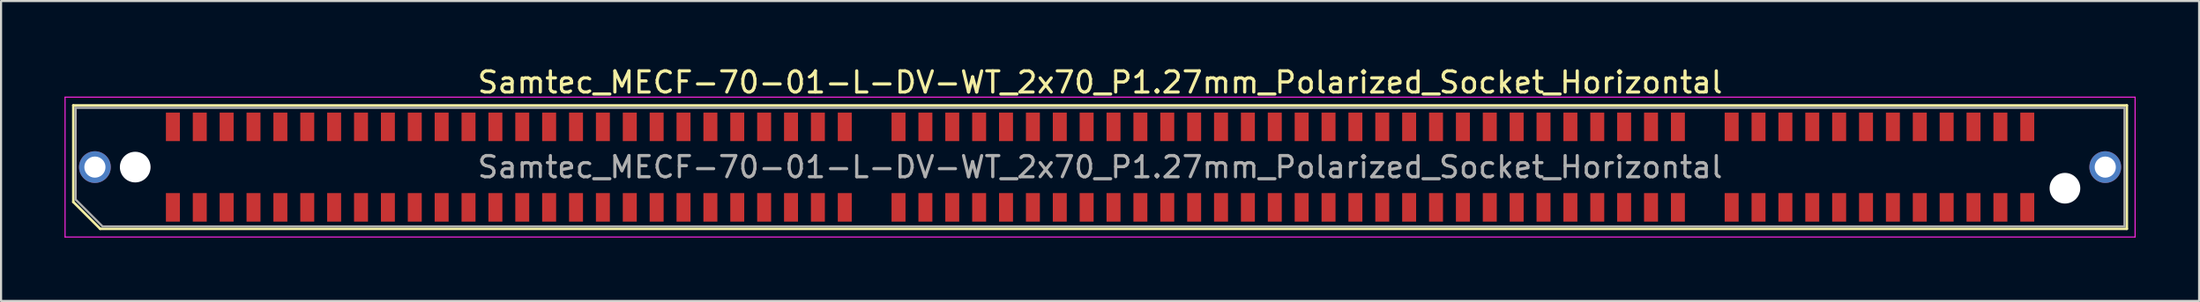
<source format=kicad_pcb>
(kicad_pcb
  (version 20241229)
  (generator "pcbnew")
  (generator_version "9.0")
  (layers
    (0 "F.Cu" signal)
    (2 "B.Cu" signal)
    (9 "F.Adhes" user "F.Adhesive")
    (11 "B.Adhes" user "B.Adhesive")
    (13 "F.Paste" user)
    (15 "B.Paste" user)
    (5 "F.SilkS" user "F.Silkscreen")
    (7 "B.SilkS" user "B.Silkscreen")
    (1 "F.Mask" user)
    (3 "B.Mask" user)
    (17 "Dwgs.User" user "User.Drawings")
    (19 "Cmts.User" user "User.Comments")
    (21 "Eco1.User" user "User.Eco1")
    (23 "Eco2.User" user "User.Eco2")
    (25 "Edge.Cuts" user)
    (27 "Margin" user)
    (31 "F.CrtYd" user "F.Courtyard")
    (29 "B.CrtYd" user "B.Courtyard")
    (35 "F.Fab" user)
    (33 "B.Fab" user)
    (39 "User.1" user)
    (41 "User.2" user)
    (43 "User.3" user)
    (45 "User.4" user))
  (footprint "Samtec_MECF-70-01-L-DV-WT_2x70_P1.27mm_Polarized_Socket_Horizontal"
    (layer "F.Cu")
    (at 48.935 4.858)
    (property "Reference" "Samtec_MECF-70-01-L-DV-WT_2x70_P1.27mm_Polarized_Socket_Horizontal" (at 0 -4.01 0) (layer "F.SilkS") (effects (font (size 1 1) (thickness 0.15))))
    (attr smd)
    (fp_line (start -48.52 -2.92) (end 48.52 -2.92) (stroke (width 0.12) (type solid)) (layer "F.SilkS"))
    (fp_line (start -48.52 1.65) (end -48.52 -2.92) (stroke (width 0.12) (type solid)) (layer "F.SilkS"))
    (fp_line (start -47.25 2.92) (end -48.52 1.65) (stroke (width 0.12) (type solid)) (layer "F.SilkS"))
    (fp_line (start -47.25 2.92) (end 48.52 2.92) (stroke (width 0.12) (type solid)) (layer "F.SilkS"))
    (fp_line (start 48.52 2.92) (end 48.52 -2.92) (stroke (width 0.12) (type solid)) (layer "F.SilkS"))
    (fp_line (start -48.91 -3.31) (end -48.91 3.31) (stroke (width 0.05) (type solid)) (layer "F.CrtYd"))
    (fp_line (start -48.91 3.31) (end 48.91 3.31) (stroke (width 0.05) (type solid)) (layer "F.CrtYd"))
    (fp_line (start 48.91 -3.31) (end -48.91 -3.31) (stroke (width 0.05) (type solid)) (layer "F.CrtYd"))
    (fp_line (start 48.91 3.31) (end 48.91 -3.31) (stroke (width 0.05) (type solid)) (layer "F.CrtYd"))
    (fp_line (start -48.41 -2.805) (end 48.41 -2.805) (stroke (width 0.1) (type solid)) (layer "F.Fab"))
    (fp_line (start -48.41 1.535) (end -48.41 -2.805) (stroke (width 0.1) (type solid)) (layer "F.Fab"))
    (fp_line (start -48.41 1.535) (end -47.14 2.805) (stroke (width 0.1) (type solid)) (layer "F.Fab"))
    (fp_line (start -47.14 2.805) (end 48.41 2.805) (stroke (width 0.1) (type solid)) (layer "F.Fab"))
    (fp_line (start 48.41 2.805) (end 48.41 -2.805) (stroke (width 0.1) (type solid)) (layer "F.Fab"))
    (fp_text user "${REFERENCE}" (at 0 0 0) (layer "F.Fab") (effects (font (size 1 1) (thickness 0.15))))
    (pad "" thru_hole circle (at -47.5 0) (size 1.5 1.5) (drill 1) (layers "*.Cu" "*.Mask"))
    (pad "" np_thru_hole circle (at -45.595 0) (size 1.45 1.45) (drill 1.45) (layers "*.Cu" "*.Mask"))
    (pad "" np_thru_hole circle (at 45.595 1) (size 1.45 1.45) (drill 1.45) (layers "*.Cu" "*.Mask"))
    (pad "" thru_hole circle (at 47.5 0) (size 1.5 1.5) (drill 1) (layers "*.Cu" "*.Mask"))
    (pad "1" smd rect (at -43.815 1.905) (size 0.66 1.35) (layers "F.Cu" "F.Mask" "F.Paste"))
    (pad "2" smd rect (at -43.815 -1.905) (size 0.66 1.35) (layers "F.Cu" "F.Mask" "F.Paste"))
    (pad "3" smd rect (at -42.545 1.905) (size 0.66 1.35) (layers "F.Cu" "F.Mask" "F.Paste"))
    (pad "4" smd rect (at -42.545 -1.905) (size 0.66 1.35) (layers "F.Cu" "F.Mask" "F.Paste"))
    (pad "5" smd rect (at -41.275 1.905) (size 0.66 1.35) (layers "F.Cu" "F.Mask" "F.Paste"))
    (pad "6" smd rect (at -41.275 -1.905) (size 0.66 1.35) (layers "F.Cu" "F.Mask" "F.Paste"))
    (pad "7" smd rect (at -40.005 1.905) (size 0.66 1.35) (layers "F.Cu" "F.Mask" "F.Paste"))
    (pad "8" smd rect (at -40.005 -1.905) (size 0.66 1.35) (layers "F.Cu" "F.Mask" "F.Paste"))
    (pad "9" smd rect (at -38.735 1.905) (size 0.66 1.35) (layers "F.Cu" "F.Mask" "F.Paste"))
    (pad "10" smd rect (at -38.735 -1.905) (size 0.66 1.35) (layers "F.Cu" "F.Mask" "F.Paste"))
    (pad "11" smd rect (at -37.465 1.905) (size 0.66 1.35) (layers "F.Cu" "F.Mask" "F.Paste"))
    (pad "12" smd rect (at -37.465 -1.905) (size 0.66 1.35) (layers "F.Cu" "F.Mask" "F.Paste"))
    (pad "13" smd rect (at -36.195 1.905) (size 0.66 1.35) (layers "F.Cu" "F.Mask" "F.Paste"))
    (pad "14" smd rect (at -36.195 -1.905) (size 0.66 1.35) (layers "F.Cu" "F.Mask" "F.Paste"))
    (pad "15" smd rect (at -34.925 1.905) (size 0.66 1.35) (layers "F.Cu" "F.Mask" "F.Paste"))
    (pad "16" smd rect (at -34.925 -1.905) (size 0.66 1.35) (layers "F.Cu" "F.Mask" "F.Paste"))
    (pad "17" smd rect (at -33.655 1.905) (size 0.66 1.35) (layers "F.Cu" "F.Mask" "F.Paste"))
    (pad "18" smd rect (at -33.655 -1.905) (size 0.66 1.35) (layers "F.Cu" "F.Mask" "F.Paste"))
    (pad "19" smd rect (at -32.385 1.905) (size 0.66 1.35) (layers "F.Cu" "F.Mask" "F.Paste"))
    (pad "20" smd rect (at -32.385 -1.905) (size 0.66 1.35) (layers "F.Cu" "F.Mask" "F.Paste"))
    (pad "21" smd rect (at -31.115 1.905) (size 0.66 1.35) (layers "F.Cu" "F.Mask" "F.Paste"))
    (pad "22" smd rect (at -31.115 -1.905) (size 0.66 1.35) (layers "F.Cu" "F.Mask" "F.Paste"))
    (pad "23" smd rect (at -29.845 1.905) (size 0.66 1.35) (layers "F.Cu" "F.Mask" "F.Paste"))
    (pad "24" smd rect (at -29.845 -1.905) (size 0.66 1.35) (layers "F.Cu" "F.Mask" "F.Paste"))
    (pad "25" smd rect (at -28.575 1.905) (size 0.66 1.35) (layers "F.Cu" "F.Mask" "F.Paste"))
    (pad "26" smd rect (at -28.575 -1.905) (size 0.66 1.35) (layers "F.Cu" "F.Mask" "F.Paste"))
    (pad "27" smd rect (at -27.305 1.905) (size 0.66 1.35) (layers "F.Cu" "F.Mask" "F.Paste"))
    (pad "28" smd rect (at -27.305 -1.905) (size 0.66 1.35) (layers "F.Cu" "F.Mask" "F.Paste"))
    (pad "29" smd rect (at -26.035 1.905) (size 0.66 1.35) (layers "F.Cu" "F.Mask" "F.Paste"))
    (pad "30" smd rect (at -26.035 -1.905) (size 0.66 1.35) (layers "F.Cu" "F.Mask" "F.Paste"))
    (pad "31" smd rect (at -24.765 1.905) (size 0.66 1.35) (layers "F.Cu" "F.Mask" "F.Paste"))
    (pad "32" smd rect (at -24.765 -1.905) (size 0.66 1.35) (layers "F.Cu" "F.Mask" "F.Paste"))
    (pad "33" smd rect (at -23.495 1.905) (size 0.66 1.35) (layers "F.Cu" "F.Mask" "F.Paste"))
    (pad "34" smd rect (at -23.495 -1.905) (size 0.66 1.35) (layers "F.Cu" "F.Mask" "F.Paste"))
    (pad "35" smd rect (at -22.225 1.905) (size 0.66 1.35) (layers "F.Cu" "F.Mask" "F.Paste"))
    (pad "36" smd rect (at -22.225 -1.905) (size 0.66 1.35) (layers "F.Cu" "F.Mask" "F.Paste"))
    (pad "37" smd rect (at -20.955 1.905) (size 0.66 1.35) (layers "F.Cu" "F.Mask" "F.Paste"))
    (pad "38" smd rect (at -20.955 -1.905) (size 0.66 1.35) (layers "F.Cu" "F.Mask" "F.Paste"))
    (pad "39" smd rect (at -19.685 1.905) (size 0.66 1.35) (layers "F.Cu" "F.Mask" "F.Paste"))
    (pad "40" smd rect (at -19.685 -1.905) (size 0.66 1.35) (layers "F.Cu" "F.Mask" "F.Paste"))
    (pad "41" smd rect (at -18.415 1.905) (size 0.66 1.35) (layers "F.Cu" "F.Mask" "F.Paste"))
    (pad "42" smd rect (at -18.415 -1.905) (size 0.66 1.35) (layers "F.Cu" "F.Mask" "F.Paste"))
    (pad "43" smd rect (at -17.145 1.905) (size 0.66 1.35) (layers "F.Cu" "F.Mask" "F.Paste"))
    (pad "44" smd rect (at -17.145 -1.905) (size 0.66 1.35) (layers "F.Cu" "F.Mask" "F.Paste"))
    (pad "45" smd rect (at -15.875 1.905) (size 0.66 1.35) (layers "F.Cu" "F.Mask" "F.Paste"))
    (pad "46" smd rect (at -15.875 -1.905) (size 0.66 1.35) (layers "F.Cu" "F.Mask" "F.Paste"))
    (pad "47" smd rect (at -14.605 1.905) (size 0.66 1.35) (layers "F.Cu" "F.Mask" "F.Paste"))
    (pad "48" smd rect (at -14.605 -1.905) (size 0.66 1.35) (layers "F.Cu" "F.Mask" "F.Paste"))
    (pad "49" smd rect (at -13.335 1.905) (size 0.66 1.35) (layers "F.Cu" "F.Mask" "F.Paste"))
    (pad "50" smd rect (at -13.335 -1.905) (size 0.66 1.35) (layers "F.Cu" "F.Mask" "F.Paste"))
    (pad "51" smd rect (at -12.065 1.905) (size 0.66 1.35) (layers "F.Cu" "F.Mask" "F.Paste"))
    (pad "52" smd rect (at -12.065 -1.905) (size 0.66 1.35) (layers "F.Cu" "F.Mask" "F.Paste"))
    (pad "55" smd rect (at -9.525 1.905) (size 0.66 1.35) (layers "F.Cu" "F.Mask" "F.Paste"))
    (pad "56" smd rect (at -9.525 -1.905) (size 0.66 1.35) (layers "F.Cu" "F.Mask" "F.Paste"))
    (pad "57" smd rect (at -8.255 1.905) (size 0.66 1.35) (layers "F.Cu" "F.Mask" "F.Paste"))
    (pad "58" smd rect (at -8.255 -1.905) (size 0.66 1.35) (layers "F.Cu" "F.Mask" "F.Paste"))
    (pad "59" smd rect (at -6.985 1.905) (size 0.66 1.35) (layers "F.Cu" "F.Mask" "F.Paste"))
    (pad "60" smd rect (at -6.985 -1.905) (size 0.66 1.35) (layers "F.Cu" "F.Mask" "F.Paste"))
    (pad "61" smd rect (at -5.715 1.905) (size 0.66 1.35) (layers "F.Cu" "F.Mask" "F.Paste"))
    (pad "62" smd rect (at -5.715 -1.905) (size 0.66 1.35) (layers "F.Cu" "F.Mask" "F.Paste"))
    (pad "63" smd rect (at -4.445 1.905) (size 0.66 1.35) (layers "F.Cu" "F.Mask" "F.Paste"))
    (pad "64" smd rect (at -4.445 -1.905) (size 0.66 1.35) (layers "F.Cu" "F.Mask" "F.Paste"))
    (pad "65" smd rect (at -3.175 1.905) (size 0.66 1.35) (layers "F.Cu" "F.Mask" "F.Paste"))
    (pad "66" smd rect (at -3.175 -1.905) (size 0.66 1.35) (layers "F.Cu" "F.Mask" "F.Paste"))
    (pad "67" smd rect (at -1.905 1.905) (size 0.66 1.35) (layers "F.Cu" "F.Mask" "F.Paste"))
    (pad "68" smd rect (at -1.905 -1.905) (size 0.66 1.35) (layers "F.Cu" "F.Mask" "F.Paste"))
    (pad "69" smd rect (at -0.635 1.905) (size 0.66 1.35) (layers "F.Cu" "F.Mask" "F.Paste"))
    (pad "70" smd rect (at -0.635 -1.905) (size 0.66 1.35) (layers "F.Cu" "F.Mask" "F.Paste"))
    (pad "71" smd rect (at 0.635 1.905) (size 0.66 1.35) (layers "F.Cu" "F.Mask" "F.Paste"))
    (pad "72" smd rect (at 0.635 -1.905) (size 0.66 1.35) (layers "F.Cu" "F.Mask" "F.Paste"))
    (pad "73" smd rect (at 1.905 1.905) (size 0.66 1.35) (layers "F.Cu" "F.Mask" "F.Paste"))
    (pad "74" smd rect (at 1.905 -1.905) (size 0.66 1.35) (layers "F.Cu" "F.Mask" "F.Paste"))
    (pad "75" smd rect (at 3.175 1.905) (size 0.66 1.35) (layers "F.Cu" "F.Mask" "F.Paste"))
    (pad "76" smd rect (at 3.175 -1.905) (size 0.66 1.35) (layers "F.Cu" "F.Mask" "F.Paste"))
    (pad "77" smd rect (at 4.445 1.905) (size 0.66 1.35) (layers "F.Cu" "F.Mask" "F.Paste"))
    (pad "78" smd rect (at 4.445 -1.905) (size 0.66 1.35) (layers "F.Cu" "F.Mask" "F.Paste"))
    (pad "79" smd rect (at 5.715 1.905) (size 0.66 1.35) (layers "F.Cu" "F.Mask" "F.Paste"))
    (pad "80" smd rect (at 5.715 -1.905) (size 0.66 1.35) (layers "F.Cu" "F.Mask" "F.Paste"))
    (pad "81" smd rect (at 6.985 1.905) (size 0.66 1.35) (layers "F.Cu" "F.Mask" "F.Paste"))
    (pad "82" smd rect (at 6.985 -1.905) (size 0.66 1.35) (layers "F.Cu" "F.Mask" "F.Paste"))
    (pad "83" smd rect (at 8.255 1.905) (size 0.66 1.35) (layers "F.Cu" "F.Mask" "F.Paste"))
    (pad "84" smd rect (at 8.255 -1.905) (size 0.66 1.35) (layers "F.Cu" "F.Mask" "F.Paste"))
    (pad "85" smd rect (at 9.525 1.905) (size 0.66 1.35) (layers "F.Cu" "F.Mask" "F.Paste"))
    (pad "86" smd rect (at 9.525 -1.905) (size 0.66 1.35) (layers "F.Cu" "F.Mask" "F.Paste"))
    (pad "87" smd rect (at 10.795 1.905) (size 0.66 1.35) (layers "F.Cu" "F.Mask" "F.Paste"))
    (pad "88" smd rect (at 10.795 -1.905) (size 0.66 1.35) (layers "F.Cu" "F.Mask" "F.Paste"))
    (pad "89" smd rect (at 12.065 1.905) (size 0.66 1.35) (layers "F.Cu" "F.Mask" "F.Paste"))
    (pad "90" smd rect (at 12.065 -1.905) (size 0.66 1.35) (layers "F.Cu" "F.Mask" "F.Paste"))
    (pad "91" smd rect (at 13.335 1.905) (size 0.66 1.35) (layers "F.Cu" "F.Mask" "F.Paste"))
    (pad "92" smd rect (at 13.335 -1.905) (size 0.66 1.35) (layers "F.Cu" "F.Mask" "F.Paste"))
    (pad "93" smd rect (at 14.605 1.905) (size 0.66 1.35) (layers "F.Cu" "F.Mask" "F.Paste"))
    (pad "94" smd rect (at 14.605 -1.905) (size 0.66 1.35) (layers "F.Cu" "F.Mask" "F.Paste"))
    (pad "95" smd rect (at 15.875 1.905) (size 0.66 1.35) (layers "F.Cu" "F.Mask" "F.Paste"))
    (pad "96" smd rect (at 15.875 -1.905) (size 0.66 1.35) (layers "F.Cu" "F.Mask" "F.Paste"))
    (pad "97" smd rect (at 17.145 1.905) (size 0.66 1.35) (layers "F.Cu" "F.Mask" "F.Paste"))
    (pad "98" smd rect (at 17.145 -1.905) (size 0.66 1.35) (layers "F.Cu" "F.Mask" "F.Paste"))
    (pad "99" smd rect (at 18.415 1.905) (size 0.66 1.35) (layers "F.Cu" "F.Mask" "F.Paste"))
    (pad "100" smd rect (at 18.415 -1.905) (size 0.66 1.35) (layers "F.Cu" "F.Mask" "F.Paste"))
    (pad "101" smd rect (at 19.685 1.905) (size 0.66 1.35) (layers "F.Cu" "F.Mask" "F.Paste"))
    (pad "102" smd rect (at 19.685 -1.905) (size 0.66 1.35) (layers "F.Cu" "F.Mask" "F.Paste"))
    (pad "103" smd rect (at 20.955 1.905) (size 0.66 1.35) (layers "F.Cu" "F.Mask" "F.Paste"))
    (pad "104" smd rect (at 20.955 -1.905) (size 0.66 1.35) (layers "F.Cu" "F.Mask" "F.Paste"))
    (pad "105" smd rect (at 22.225 1.905) (size 0.66 1.35) (layers "F.Cu" "F.Mask" "F.Paste"))
    (pad "106" smd rect (at 22.225 -1.905) (size 0.66 1.35) (layers "F.Cu" "F.Mask" "F.Paste"))
    (pad "107" smd rect (at 23.495 1.905) (size 0.66 1.35) (layers "F.Cu" "F.Mask" "F.Paste"))
    (pad "108" smd rect (at 23.495 -1.905) (size 0.66 1.35) (layers "F.Cu" "F.Mask" "F.Paste"))
    (pad "109" smd rect (at 24.765 1.905) (size 0.66 1.35) (layers "F.Cu" "F.Mask" "F.Paste"))
    (pad "110" smd rect (at 24.765 -1.905) (size 0.66 1.35) (layers "F.Cu" "F.Mask" "F.Paste"))
    (pad "111" smd rect (at 26.035 1.905) (size 0.66 1.35) (layers "F.Cu" "F.Mask" "F.Paste"))
    (pad "112" smd rect (at 26.035 -1.905) (size 0.66 1.35) (layers "F.Cu" "F.Mask" "F.Paste"))
    (pad "113" smd rect (at 27.305 1.905) (size 0.66 1.35) (layers "F.Cu" "F.Mask" "F.Paste"))
    (pad "114" smd rect (at 27.305 -1.905) (size 0.66 1.35) (layers "F.Cu" "F.Mask" "F.Paste"))
    (pad "117" smd rect (at 29.845 1.905) (size 0.66 1.35) (layers "F.Cu" "F.Mask" "F.Paste"))
    (pad "118" smd rect (at 29.845 -1.905) (size 0.66 1.35) (layers "F.Cu" "F.Mask" "F.Paste"))
    (pad "119" smd rect (at 31.115 1.905) (size 0.66 1.35) (layers "F.Cu" "F.Mask" "F.Paste"))
    (pad "120" smd rect (at 31.115 -1.905) (size 0.66 1.35) (layers "F.Cu" "F.Mask" "F.Paste"))
    (pad "121" smd rect (at 32.385 1.905) (size 0.66 1.35) (layers "F.Cu" "F.Mask" "F.Paste"))
    (pad "122" smd rect (at 32.385 -1.905) (size 0.66 1.35) (layers "F.Cu" "F.Mask" "F.Paste"))
    (pad "123" smd rect (at 33.655 1.905) (size 0.66 1.35) (layers "F.Cu" "F.Mask" "F.Paste"))
    (pad "124" smd rect (at 33.655 -1.905) (size 0.66 1.35) (layers "F.Cu" "F.Mask" "F.Paste"))
    (pad "125" smd rect (at 34.925 1.905) (size 0.66 1.35) (layers "F.Cu" "F.Mask" "F.Paste"))
    (pad "126" smd rect (at 34.925 -1.905) (size 0.66 1.35) (layers "F.Cu" "F.Mask" "F.Paste"))
    (pad "127" smd rect (at 36.195 1.905) (size 0.66 1.35) (layers "F.Cu" "F.Mask" "F.Paste"))
    (pad "128" smd rect (at 36.195 -1.905) (size 0.66 1.35) (layers "F.Cu" "F.Mask" "F.Paste"))
    (pad "129" smd rect (at 37.465 1.905) (size 0.66 1.35) (layers "F.Cu" "F.Mask" "F.Paste"))
    (pad "130" smd rect (at 37.465 -1.905) (size 0.66 1.35) (layers "F.Cu" "F.Mask" "F.Paste"))
    (pad "131" smd rect (at 38.735 1.905) (size 0.66 1.35) (layers "F.Cu" "F.Mask" "F.Paste"))
    (pad "132" smd rect (at 38.735 -1.905) (size 0.66 1.35) (layers "F.Cu" "F.Mask" "F.Paste"))
    (pad "133" smd rect (at 40.005 1.905) (size 0.66 1.35) (layers "F.Cu" "F.Mask" "F.Paste"))
    (pad "134" smd rect (at 40.005 -1.905) (size 0.66 1.35) (layers "F.Cu" "F.Mask" "F.Paste"))
    (pad "135" smd rect (at 41.275 1.905) (size 0.66 1.35) (layers "F.Cu" "F.Mask" "F.Paste"))
    (pad "136" smd rect (at 41.275 -1.905) (size 0.66 1.35) (layers "F.Cu" "F.Mask" "F.Paste"))
    (pad "137" smd rect (at 42.545 1.905) (size 0.66 1.35) (layers "F.Cu" "F.Mask" "F.Paste"))
    (pad "138" smd rect (at 42.545 -1.905) (size 0.66 1.35) (layers "F.Cu" "F.Mask" "F.Paste"))
    (pad "139" smd rect (at 43.815 1.905) (size 0.66 1.35) (layers "F.Cu" "F.Mask" "F.Paste"))
    (pad "140" smd rect (at 43.815 -1.905) (size 0.66 1.35) (layers "F.Cu" "F.Mask" "F.Paste")))
  (gr_rect
    (start -3 -3)
    (end 100.87 11.193)
    (stroke (width 0.1) (type default))
    (fill no)
    (layer "Edge.Cuts")))
</source>
